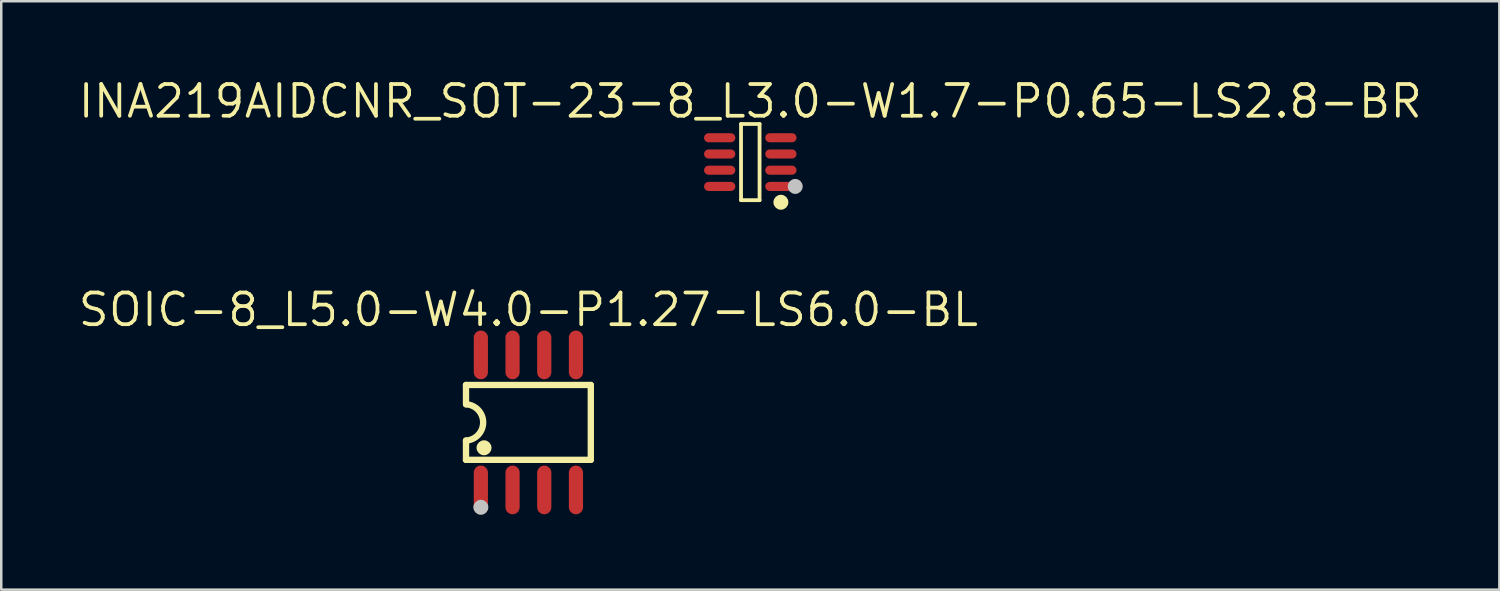
<source format=kicad_pcb>
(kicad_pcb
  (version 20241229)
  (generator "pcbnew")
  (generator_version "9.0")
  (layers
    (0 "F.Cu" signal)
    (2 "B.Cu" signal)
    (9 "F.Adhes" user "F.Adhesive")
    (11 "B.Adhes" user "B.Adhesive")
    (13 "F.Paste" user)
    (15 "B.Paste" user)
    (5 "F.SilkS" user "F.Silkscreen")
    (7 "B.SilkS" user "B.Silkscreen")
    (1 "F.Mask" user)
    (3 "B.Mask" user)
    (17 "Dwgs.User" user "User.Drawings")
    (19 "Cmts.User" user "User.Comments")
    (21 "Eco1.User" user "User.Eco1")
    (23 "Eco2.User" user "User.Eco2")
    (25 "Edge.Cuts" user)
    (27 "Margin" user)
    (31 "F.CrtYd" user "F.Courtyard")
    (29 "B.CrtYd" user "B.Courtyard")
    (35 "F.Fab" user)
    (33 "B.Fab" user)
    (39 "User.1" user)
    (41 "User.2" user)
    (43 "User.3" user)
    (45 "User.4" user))
  (footprint "SOIC-8_L5.0-W4.0-P1.27-LS6.0-BL"
    (layer "F.Cu")
    (at 18.12 13.874)
    (property "Reference" "SOIC-8_L5.0-W4.0-P1.27-LS6.0-BL" (at 0 -4.515 0) (layer "F.SilkS") (effects (font (size 1.27 1.27) (thickness 0.15))))
    (fp_line (start -2.5 -1.5) (end -2.5 -0.726) (stroke (width 0.254) (type default)) (layer "F.SilkS"))
    (fp_line (start -2.5 -1.5) (end 2.5 -1.5) (stroke (width 0.254) (type default)) (layer "F.SilkS"))
    (fp_line (start -2.5 1.5) (end -2.5 0.727) (stroke (width 0.254) (type default)) (layer "F.SilkS"))
    (fp_line (start -2.5 1.5) (end 2.5 1.5) (stroke (width 0.254) (type default)) (layer "F.SilkS"))
    (fp_line (start 2.5 -1.5) (end 2.5 1.5) (stroke (width 0.254) (type default)) (layer "F.SilkS"))
    (fp_arc (start -2.4951 -0.7263) (mid -1.81213 0.002455) (end -2.5 0.7266) (stroke (width 0.254) (type default)) (layer "F.SilkS"))
    (fp_circle (center -1.778 1.016) (end -1.628 1.016) (stroke (width 0.3) (type default)) (fill no) (layer "F.SilkS"))
    (fp_circle (center -1.905 3.4) (end -1.755 3.4) (stroke (width 0.3) (type default)) (fill no) (layer "Dwgs.User"))
    (fp_circle (center -2.413 2.54) (end -2.383 2.54) (stroke (width 0.06) (type default)) (fill no) (layer "User.5"))
    (pad "1" smd oval (at -1.905 2.705) (size 0.568 1.95) (layers "F.Cu" "F.Mask" "F.Paste"))
    (pad "2" smd oval (at -0.635 2.705) (size 0.568 1.95) (layers "F.Cu" "F.Mask" "F.Paste"))
    (pad "3" smd oval (at 0.635 2.705) (size 0.568 1.95) (layers "F.Cu" "F.Mask" "F.Paste"))
    (pad "4" smd oval (at 1.905 2.705) (size 0.568 1.95) (layers "F.Cu" "F.Mask" "F.Paste"))
    (pad "5" smd oval (at 1.905 -2.705) (size 0.568 1.95) (layers "F.Cu" "F.Mask" "F.Paste"))
    (pad "6" smd oval (at 0.635 -2.705) (size 0.568 1.95) (layers "F.Cu" "F.Mask" "F.Paste"))
    (pad "7" smd oval (at -0.635 -2.705) (size 0.568 1.95) (layers "F.Cu" "F.Mask" "F.Paste"))
    (pad "8" smd oval (at -1.905 -2.705) (size 0.568 1.95) (layers "F.Cu" "F.Mask" "F.Paste"))
    (zone (net_name "") (layer "User.3") (hatch edge 0.5) (priority 100) (connect_pads yes) (min_thickness 0) (filled_areas_thickness no) (fill yes) (polygon (pts (xy 15.62 15.874) (xy 15.62 11.874) (xy 20.62 11.874) (xy 20.62 15.874))) (filled_polygon (layer "User.3") (island) (pts (xy 15.62 15.874) (xy 15.62 11.874) (xy 20.62 11.874) (xy 20.62 15.874))))
    (zone (net_name "") (layer "User.4") (hatch edge 0.5) (priority 100) (connect_pads yes) (min_thickness 0) (filled_areas_thickness no) (fill yes) (polygon (pts (xy 16.01 11.709) (xy 16.01 10.874) (xy 16.42 10.874) (xy 16.42 11.709))) (filled_polygon (layer "User.4") (island) (pts (xy 16.01 11.709) (xy 16.01 10.874) (xy 16.42 10.874) (xy 16.42 11.709))))
    (zone (net_name "") (layer "User.4") (hatch edge 0.5) (priority 100) (connect_pads) (min_thickness 0) (filled_areas_thickness no) (keepout (tracks allowed) (vias allowed) (pads allowed) (copperpour not_allowed) (footprints allowed)) (placement (enabled no)) (fill) (polygon (pts (xy 16.01 11.934) (xy 16.01 11.699) (xy 16.42 11.699) (xy 16.42 11.934))))
    (zone (net_name "") (layer "User.4") (hatch edge 0.5) (priority 100) (connect_pads) (min_thickness 0) (filled_areas_thickness no) (keepout (tracks allowed) (vias allowed) (pads allowed) (copperpour not_allowed) (footprints allowed)) (placement (enabled no)) (fill) (polygon (pts (xy 16.01 16.049) (xy 16.01 15.814) (xy 16.42 15.814) (xy 16.42 16.049))))
    (zone (net_name "") (layer "User.4") (hatch edge 0.5) (priority 100) (connect_pads yes) (min_thickness 0) (filled_areas_thickness no) (fill yes) (polygon (pts (xy 16.01 16.874) (xy 16.01 16.039) (xy 16.42 16.039) (xy 16.42 16.874))) (filled_polygon (layer "User.4") (island) (pts (xy 16.01 16.874) (xy 16.01 16.039) (xy 16.42 16.039) (xy 16.42 16.874))))
    (zone (net_name "") (layer "User.4") (hatch edge 0.5) (priority 100) (connect_pads yes) (min_thickness 0) (filled_areas_thickness no) (fill yes) (polygon (pts (xy 17.28 11.709) (xy 17.28 10.874) (xy 17.69 10.874) (xy 17.69 11.709))) (filled_polygon (layer "User.4") (island) (pts (xy 17.28 11.709) (xy 17.28 10.874) (xy 17.69 10.874) (xy 17.69 11.709))))
    (zone (net_name "") (layer "User.4") (hatch edge 0.5) (priority 100) (connect_pads) (min_thickness 0) (filled_areas_thickness no) (keepout (tracks allowed) (vias allowed) (pads allowed) (copperpour not_allowed) (footprints allowed)) (placement (enabled no)) (fill) (polygon (pts (xy 17.28 11.934) (xy 17.28 11.699) (xy 17.69 11.699) (xy 17.69 11.934))))
    (zone (net_name "") (layer "User.4") (hatch edge 0.5) (priority 100) (connect_pads) (min_thickness 0) (filled_areas_thickness no) (keepout (tracks allowed) (vias allowed) (pads allowed) (copperpour not_allowed) (footprints allowed)) (placement (enabled no)) (fill) (polygon (pts (xy 17.28 16.049) (xy 17.28 15.814) (xy 17.69 15.814) (xy 17.69 16.049))))
    (zone (net_name "") (layer "User.4") (hatch edge 0.5) (priority 100) (connect_pads yes) (min_thickness 0) (filled_areas_thickness no) (fill yes) (polygon (pts (xy 17.28 16.874) (xy 17.28 16.039) (xy 17.69 16.039) (xy 17.69 16.874))) (filled_polygon (layer "User.4") (island) (pts (xy 17.28 16.874) (xy 17.28 16.039) (xy 17.69 16.039) (xy 17.69 16.874))))
    (zone (net_name "") (layer "User.4") (hatch edge 0.5) (priority 100) (connect_pads yes) (min_thickness 0) (filled_areas_thickness no) (fill yes) (polygon (pts (xy 18.55 11.709) (xy 18.55 10.874) (xy 18.96 10.874) (xy 18.96 11.709))) (filled_polygon (layer "User.4") (island) (pts (xy 18.55 11.709) (xy 18.55 10.874) (xy 18.96 10.874) (xy 18.96 11.709))))
    (zone (net_name "") (layer "User.4") (hatch edge 0.5) (priority 100) (connect_pads) (min_thickness 0) (filled_areas_thickness no) (keepout (tracks allowed) (vias allowed) (pads allowed) (copperpour not_allowed) (footprints allowed)) (placement (enabled no)) (fill) (polygon (pts (xy 18.55 11.934) (xy 18.55 11.699) (xy 18.96 11.699) (xy 18.96 11.934))))
    (zone (net_name "") (layer "User.4") (hatch edge 0.5) (priority 100) (connect_pads) (min_thickness 0) (filled_areas_thickness no) (keepout (tracks allowed) (vias allowed) (pads allowed) (copperpour not_allowed) (footprints allowed)) (placement (enabled no)) (fill) (polygon (pts (xy 18.55 16.049) (xy 18.55 15.814) (xy 18.96 15.814) (xy 18.96 16.049))))
    (zone (net_name "") (layer "User.4") (hatch edge 0.5) (priority 100) (connect_pads yes) (min_thickness 0) (filled_areas_thickness no) (fill yes) (polygon (pts (xy 18.55 16.874) (xy 18.55 16.039) (xy 18.96 16.039) (xy 18.96 16.874))) (filled_polygon (layer "User.4") (island) (pts (xy 18.55 16.874) (xy 18.55 16.039) (xy 18.96 16.039) (xy 18.96 16.874))))
    (zone (net_name "") (layer "User.4") (hatch edge 0.5) (priority 100) (connect_pads yes) (min_thickness 0) (filled_areas_thickness no) (fill yes) (polygon (pts (xy 19.82 11.709) (xy 19.82 10.874) (xy 20.23 10.874) (xy 20.23 11.709))) (filled_polygon (layer "User.4") (island) (pts (xy 19.82 11.709) (xy 19.82 10.874) (xy 20.23 10.874) (xy 20.23 11.709))))
    (zone (net_name "") (layer "User.4") (hatch edge 0.5) (priority 100) (connect_pads) (min_thickness 0) (filled_areas_thickness no) (keepout (tracks allowed) (vias allowed) (pads allowed) (copperpour not_allowed) (footprints allowed)) (placement (enabled no)) (fill) (polygon (pts (xy 19.82 11.934) (xy 19.82 11.699) (xy 20.23 11.699) (xy 20.23 11.934))))
    (zone (net_name "") (layer "User.4") (hatch edge 0.5) (priority 100) (connect_pads) (min_thickness 0) (filled_areas_thickness no) (keepout (tracks allowed) (vias allowed) (pads allowed) (copperpour not_allowed) (footprints allowed)) (placement (enabled no)) (fill) (polygon (pts (xy 19.82 16.049) (xy 19.82 15.814) (xy 20.23 15.814) (xy 20.23 16.049))))
    (zone (net_name "") (layer "User.4") (hatch edge 0.5) (priority 100) (connect_pads yes) (min_thickness 0) (filled_areas_thickness no) (fill yes) (polygon (pts (xy 19.82 16.874) (xy 19.82 16.039) (xy 20.23 16.039) (xy 20.23 16.874))) (filled_polygon (layer "User.4") (island) (pts (xy 19.82 16.874) (xy 19.82 16.039) (xy 20.23 16.039) (xy 20.23 16.874)))))
  (footprint "INA219AIDCNR_SOT-23-8_L3.0-W1.7-P0.65-LS2.8-BR"
    (layer "F.Cu")
    (at 27.01 3.444)
    (property "Reference" "INA219AIDCNR_SOT-23-8_L3.0-W1.7-P0.65-LS2.8-BR" (at 0 -2.437 0) (layer "F.SilkS") (effects (font (size 1.27 1.27) (thickness 0.15))))
    (fp_line (start -0.371 -1.526) (end 0.371 -1.526) (stroke (width 0.152) (type default)) (layer "F.SilkS"))
    (fp_line (start -0.371 1.526) (end -0.371 -1.526) (stroke (width 0.152) (type default)) (layer "F.SilkS"))
    (fp_line (start 0.371 -1.526) (end 0.371 1.526) (stroke (width 0.152) (type default)) (layer "F.SilkS"))
    (fp_line (start 0.371 1.526) (end -0.371 1.526) (stroke (width 0.152) (type default)) (layer "F.SilkS"))
    (fp_circle (center 1.226 1.609) (end 1.376 1.609) (stroke (width 0.3) (type default)) (fill no) (layer "F.SilkS"))
    (fp_circle (center 1.8 0.975) (end 1.95 0.975) (stroke (width 0.3) (type default)) (fill no) (layer "Dwgs.User"))
    (fp_circle (center 1.4 1.45) (end 1.43 1.45) (stroke (width 0.06) (type default)) (fill no) (layer "User.5"))
    (pad "1" smd oval (at 1.226 0.975) (size 1.252 0.364) (layers "F.Cu" "F.Mask" "F.Paste"))
    (pad "2" smd oval (at 1.226 0.325) (size 1.252 0.364) (layers "F.Cu" "F.Mask" "F.Paste"))
    (pad "3" smd oval (at 1.226 -0.325) (size 1.252 0.364) (layers "F.Cu" "F.Mask" "F.Paste"))
    (pad "4" smd oval (at 1.226 -0.975) (size 1.252 0.364) (layers "F.Cu" "F.Mask" "F.Paste"))
    (pad "5" smd oval (at -1.226 -0.975) (size 1.252 0.364) (layers "F.Cu" "F.Mask" "F.Paste"))
    (pad "6" smd oval (at -1.226 -0.325) (size 1.252 0.364) (layers "F.Cu" "F.Mask" "F.Paste"))
    (pad "7" smd oval (at -1.226 0.325) (size 1.252 0.364) (layers "F.Cu" "F.Mask" "F.Paste"))
    (pad "8" smd oval (at -1.226 0.975) (size 1.252 0.364) (layers "F.Cu" "F.Mask" "F.Paste"))
    (zone (net_name "") (layer "User.3") (hatch edge 0.5) (priority 100) (connect_pads yes) (min_thickness 0) (filled_areas_thickness no) (fill yes) (polygon (pts (xy 27.81 4.894) (xy 26.21 4.894) (xy 26.21 1.994) (xy 27.81 1.994))) (filled_polygon (layer "User.3") (island) (pts (xy 27.81 4.894) (xy 26.21 4.894) (xy 26.21 1.994) (xy 27.81 1.994))))
    (zone (net_name "") (layer "User.4") (hatch edge 0.5) (priority 100) (connect_pads yes) (min_thickness 0) (filled_areas_thickness no) (fill yes) (polygon (pts (xy 25.61 2.619) (xy 26.06 2.619) (xy 26.06 2.319) (xy 25.61 2.319))) (filled_polygon (layer "User.4") (island) (pts (xy 25.61 2.619) (xy 26.06 2.619) (xy 26.06 2.319) (xy 25.61 2.319))))
    (zone (net_name "") (layer "User.4") (hatch edge 0.5) (priority 100) (connect_pads yes) (min_thickness 0) (filled_areas_thickness no) (fill yes) (polygon (pts (xy 25.61 3.269) (xy 26.06 3.269) (xy 26.06 2.969) (xy 25.61 2.969))) (filled_polygon (layer "User.4") (island) (pts (xy 25.61 3.269) (xy 26.06 3.269) (xy 26.06 2.969) (xy 25.61 2.969))))
    (zone (net_name "") (layer "User.4") (hatch edge 0.5) (priority 100) (connect_pads yes) (min_thickness 0) (filled_areas_thickness no) (fill yes) (polygon (pts (xy 25.61 3.919) (xy 26.06 3.919) (xy 26.06 3.619) (xy 25.61 3.619))) (filled_polygon (layer "User.4") (island) (pts (xy 25.61 3.919) (xy 26.06 3.919) (xy 26.06 3.619) (xy 25.61 3.619))))
    (zone (net_name "") (layer "User.4") (hatch edge 0.5) (priority 100) (connect_pads yes) (min_thickness 0) (filled_areas_thickness no) (fill yes) (polygon (pts (xy 25.61 4.569) (xy 26.06 4.569) (xy 26.06 4.269) (xy 25.61 4.269))) (filled_polygon (layer "User.4") (island) (pts (xy 25.61 4.569) (xy 26.06 4.569) (xy 26.06 4.269) (xy 25.61 4.269))))
    (zone (net_name "") (layer "User.4") (hatch edge 0.5) (priority 100) (connect_pads) (min_thickness 0) (filled_areas_thickness no) (keepout (tracks allowed) (vias allowed) (pads allowed) (copperpour not_allowed) (footprints allowed)) (placement (enabled no)) (fill) (polygon (pts (xy 26.05 2.619) (xy 26.22 2.619) (xy 26.22 2.319) (xy 26.05 2.319))))
    (zone (net_name "") (layer "User.4") (hatch edge 0.5) (priority 100) (connect_pads) (min_thickness 0) (filled_areas_thickness no) (keepout (tracks allowed) (vias allowed) (pads allowed) (copperpour not_allowed) (footprints allowed)) (placement (enabled no)) (fill) (polygon (pts (xy 26.05 3.269) (xy 26.22 3.269) (xy 26.22 2.969) (xy 26.05 2.969))))
    (zone (net_name "") (layer "User.4") (hatch edge 0.5) (priority 100) (connect_pads) (min_thickness 0) (filled_areas_thickness no) (keepout (tracks allowed) (vias allowed) (pads allowed) (copperpour not_allowed) (footprints allowed)) (placement (enabled no)) (fill) (polygon (pts (xy 26.05 3.919) (xy 26.22 3.919) (xy 26.22 3.619) (xy 26.05 3.619))))
    (zone (net_name "") (layer "User.4") (hatch edge 0.5) (priority 100) (connect_pads) (min_thickness 0) (filled_areas_thickness no) (keepout (tracks allowed) (vias allowed) (pads allowed) (copperpour not_allowed) (footprints allowed)) (placement (enabled no)) (fill) (polygon (pts (xy 26.05 4.569) (xy 26.22 4.569) (xy 26.22 4.269) (xy 26.05 4.269))))
    (zone (net_name "") (layer "User.4") (hatch edge 0.5) (priority 100) (connect_pads) (min_thickness 0) (filled_areas_thickness no) (keepout (tracks allowed) (vias allowed) (pads allowed) (copperpour not_allowed) (footprints allowed)) (placement (enabled no)) (fill) (polygon (pts (xy 27.97 2.619) (xy 27.8 2.619) (xy 27.8 2.319) (xy 27.97 2.319))))
    (zone (net_name "") (layer "User.4") (hatch edge 0.5) (priority 100) (connect_pads) (min_thickness 0) (filled_areas_thickness no) (keepout (tracks allowed) (vias allowed) (pads allowed) (copperpour not_allowed) (footprints allowed)) (placement (enabled no)) (fill) (polygon (pts (xy 27.97 3.269) (xy 27.8 3.269) (xy 27.8 2.969) (xy 27.97 2.969))))
    (zone (net_name "") (layer "User.4") (hatch edge 0.5) (priority 100) (connect_pads) (min_thickness 0) (filled_areas_thickness no) (keepout (tracks allowed) (vias allowed) (pads allowed) (copperpour not_allowed) (footprints allowed)) (placement (enabled no)) (fill) (polygon (pts (xy 27.97 3.919) (xy 27.8 3.919) (xy 27.8 3.619) (xy 27.97 3.619))))
    (zone (net_name "") (layer "User.4") (hatch edge 0.5) (priority 100) (connect_pads) (min_thickness 0) (filled_areas_thickness no) (keepout (tracks allowed) (vias allowed) (pads allowed) (copperpour not_allowed) (footprints allowed)) (placement (enabled no)) (fill) (polygon (pts (xy 27.97 4.569) (xy 27.8 4.569) (xy 27.8 4.269) (xy 27.97 4.269))))
    (zone (net_name "") (layer "User.4") (hatch edge 0.5) (priority 100) (connect_pads yes) (min_thickness 0) (filled_areas_thickness no) (fill yes) (polygon (pts (xy 28.41 2.619) (xy 27.96 2.619) (xy 27.96 2.319) (xy 28.41 2.319))) (filled_polygon (layer "User.4") (island) (pts (xy 28.41 2.619) (xy 27.96 2.619) (xy 27.96 2.319) (xy 28.41 2.319))))
    (zone (net_name "") (layer "User.4") (hatch edge 0.5) (priority 100) (connect_pads yes) (min_thickness 0) (filled_areas_thickness no) (fill yes) (polygon (pts (xy 28.41 3.269) (xy 27.96 3.269) (xy 27.96 2.969) (xy 28.41 2.969))) (filled_polygon (layer "User.4") (island) (pts (xy 28.41 3.269) (xy 27.96 3.269) (xy 27.96 2.969) (xy 28.41 2.969))))
    (zone (net_name "") (layer "User.4") (hatch edge 0.5) (priority 100) (connect_pads yes) (min_thickness 0) (filled_areas_thickness no) (fill yes) (polygon (pts (xy 28.41 3.919) (xy 27.96 3.919) (xy 27.96 3.619) (xy 28.41 3.619))) (filled_polygon (layer "User.4") (island) (pts (xy 28.41 3.919) (xy 27.96 3.919) (xy 27.96 3.619) (xy 28.41 3.619))))
    (zone (net_name "") (layer "User.4") (hatch edge 0.5) (priority 100) (connect_pads yes) (min_thickness 0) (filled_areas_thickness no) (fill yes) (polygon (pts (xy 28.41 4.569) (xy 27.96 4.569) (xy 27.96 4.269) (xy 28.41 4.269))) (filled_polygon (layer "User.4") (island) (pts (xy 28.41 4.569) (xy 27.96 4.569) (xy 27.96 4.269) (xy 28.41 4.269)))))
  (gr_rect
    (start -3 -3)
    (end 57.02 20.575)
    (stroke (width 0.1) (type default))
    (fill no)
    (layer "Edge.Cuts")))
</source>
